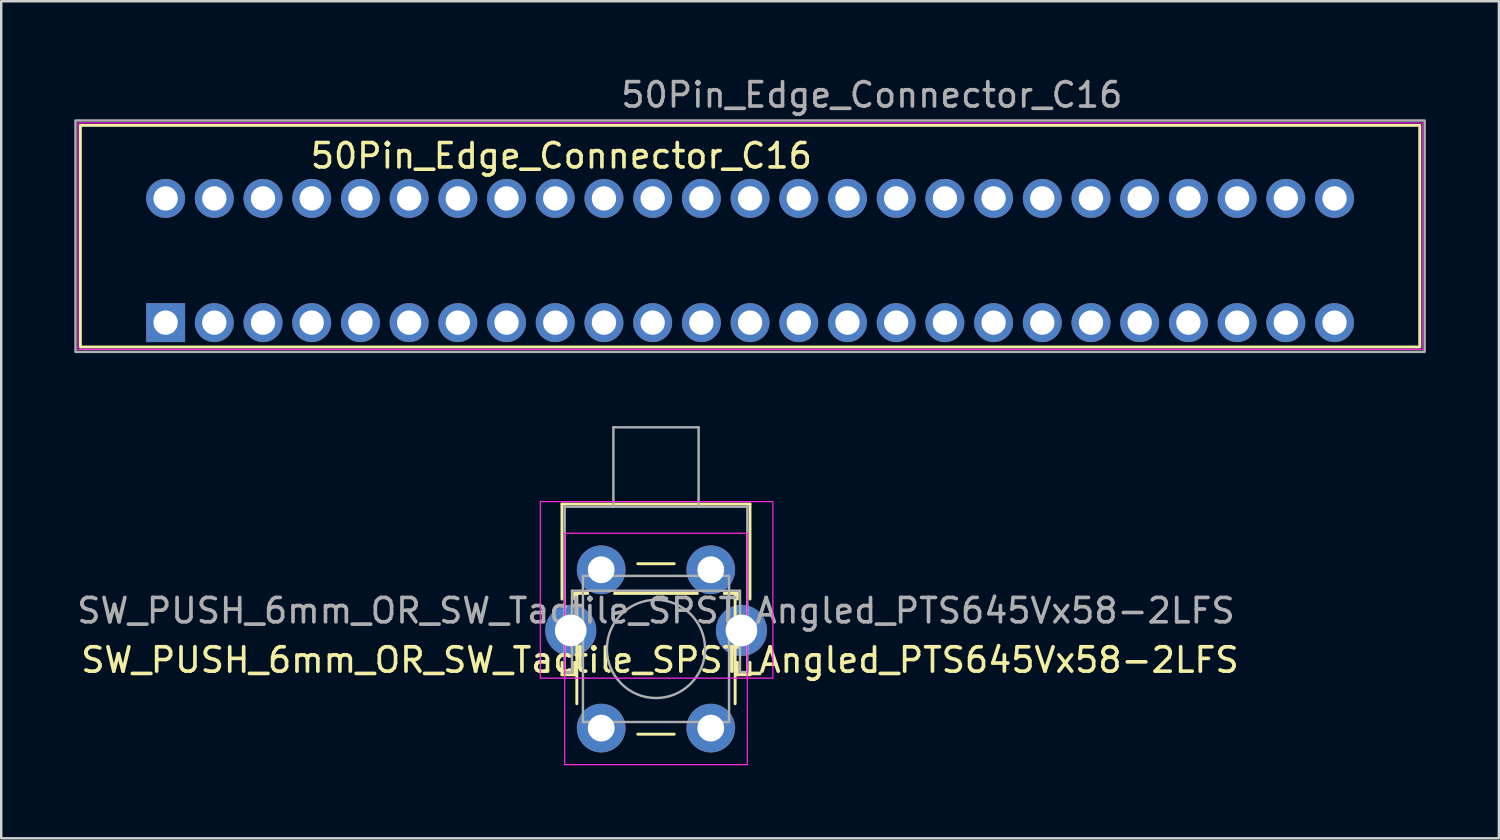
<source format=kicad_pcb>
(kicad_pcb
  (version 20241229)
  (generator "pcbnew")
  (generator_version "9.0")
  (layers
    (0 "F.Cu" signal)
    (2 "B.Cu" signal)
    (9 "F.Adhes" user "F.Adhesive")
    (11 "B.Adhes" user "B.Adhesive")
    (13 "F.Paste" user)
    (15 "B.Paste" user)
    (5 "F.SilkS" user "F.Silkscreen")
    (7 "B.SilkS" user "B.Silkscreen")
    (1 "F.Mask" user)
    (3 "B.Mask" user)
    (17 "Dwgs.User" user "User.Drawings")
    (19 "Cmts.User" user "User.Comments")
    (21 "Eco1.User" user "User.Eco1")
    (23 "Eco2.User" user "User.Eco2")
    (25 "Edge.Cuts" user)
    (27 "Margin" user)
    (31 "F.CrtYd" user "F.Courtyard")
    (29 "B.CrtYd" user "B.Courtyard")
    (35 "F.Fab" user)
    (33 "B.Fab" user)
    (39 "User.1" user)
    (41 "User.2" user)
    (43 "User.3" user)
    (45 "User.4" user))
  (footprint "SW_PUSH_6mm_OR_SW_Tactile_SPST_Angled_PTS645Vx58-2LFS"
    (layer "F.Cu")
    (at 19.859 22.022)
    (property "Reference" "SW_PUSH_6mm_OR_SW_Tactile_SPST_Angled_PTS645Vx58-2LFS" (at 4.191 2.032 180) (layer "F.SilkS") (effects (font (size 1 1) (thickness 0.15))))
    (attr through_hole)
    (fp_line (start 0.168 -4.374) (end 0.168 -0.474) (stroke (width 0.12) (type solid)) (layer "F.SilkS"))
    (fp_line (start 0.168 -4.374) (end 7.888 -4.374) (stroke (width 0.12) (type solid)) (layer "F.SilkS"))
    (fp_line (start 0.168 2.126) (end 0.168 2.636) (stroke (width 0.12) (type solid)) (layer "F.SilkS"))
    (fp_line (start 0.168 2.636) (end 0.688 2.636) (stroke (width 0.12) (type solid)) (layer "F.SilkS"))
    (fp_line (start 0.688 -0.704) (end 0.688 -0.474) (stroke (width 0.12) (type solid)) (layer "F.SilkS"))
    (fp_line (start 0.688 -0.704) (end 1.228 -0.704) (stroke (width 0.12) (type solid)) (layer "F.SilkS"))
    (fp_line (start 0.688 2.126) (end 0.688 2.636) (stroke (width 0.12) (type solid)) (layer "F.SilkS"))
    (fp_line (start 0.778 -0.674) (end 0.778 3.826) (stroke (width 0.12) (type solid)) (layer "F.SilkS"))
    (fp_line (start 2.328 -0.704) (end 5.728 -0.704) (stroke (width 0.12) (type solid)) (layer "F.SilkS"))
    (fp_line (start 3.278 5.076) (end 4.778 5.076) (stroke (width 0.12) (type solid)) (layer "F.SilkS"))
    (fp_line (start 4.778 -1.924) (end 3.278 -1.924) (stroke (width 0.12) (type solid)) (layer "F.SilkS"))
    (fp_line (start 6.828 -0.704) (end 7.368 -0.704) (stroke (width 0.12) (type solid)) (layer "F.SilkS"))
    (fp_line (start 7.278 3.826) (end 7.278 -0.674) (stroke (width 0.12) (type solid)) (layer "F.SilkS"))
    (fp_line (start 7.368 -0.704) (end 7.368 -0.474) (stroke (width 0.12) (type solid)) (layer "F.SilkS"))
    (fp_line (start 7.368 2.126) (end 7.368 2.636) (stroke (width 0.12) (type solid)) (layer "F.SilkS"))
    (fp_line (start 7.368 2.636) (end 7.888 2.636) (stroke (width 0.12) (type solid)) (layer "F.SilkS"))
    (fp_line (start 7.888 -4.374) (end 7.888 -0.474) (stroke (width 0.12) (type solid)) (layer "F.SilkS"))
    (fp_line (start 7.888 2.126) (end 7.888 2.636) (stroke (width 0.12) (type solid)) (layer "F.SilkS"))
    (fp_line (start 0.278 -3.174) (end 0.528 -3.174) (stroke (width 0.05) (type solid)) (layer "F.CrtYd"))
    (fp_line (start 0.278 -2.924) (end 0.278 -3.174) (stroke (width 0.05) (type solid)) (layer "F.CrtYd"))
    (fp_line (start 0.278 6.076) (end 0.278 -2.924) (stroke (width 0.05) (type solid)) (layer "F.CrtYd"))
    (fp_line (start 0.278 6.326) (end 0.278 6.076) (stroke (width 0.05) (type solid)) (layer "F.CrtYd"))
    (fp_line (start 0.528 -3.174) (end 7.528 -3.174) (stroke (width 0.05) (type solid)) (layer "F.CrtYd"))
    (fp_line (start 0.528 6.326) (end 0.278 6.326) (stroke (width 0.05) (type solid)) (layer "F.CrtYd"))
    (fp_line (start 7.528 6.326) (end 0.528 6.326) (stroke (width 0.05) (type solid)) (layer "F.CrtYd"))
    (fp_line (start 7.528 6.326) (end 7.778 6.326) (stroke (width 0.05) (type solid)) (layer "F.CrtYd"))
    (fp_line (start 7.778 -3.174) (end 7.528 -3.174) (stroke (width 0.05) (type solid)) (layer "F.CrtYd"))
    (fp_line (start 7.778 -2.924) (end 7.778 -3.174) (stroke (width 0.05) (type solid)) (layer "F.CrtYd"))
    (fp_line (start 7.778 -2.924) (end 7.778 6.076) (stroke (width 0.05) (type solid)) (layer "F.CrtYd"))
    (fp_line (start 7.778 6.326) (end 7.778 6.076) (stroke (width 0.05) (type solid)) (layer "F.CrtYd"))
    (fp_rect (start -0.722 -4.474) (end 8.828 2.776) (stroke (width 0.05) (type solid)) (fill no) (layer "F.CrtYd"))
    (fp_line (start 0.278 -4.264) (end 7.778 -4.264) (stroke (width 0.1) (type solid)) (layer "F.Fab"))
    (fp_line (start 0.278 2.526) (end 0.278 -4.264) (stroke (width 0.1) (type solid)) (layer "F.Fab"))
    (fp_line (start 0.278 2.526) (end 0.578 2.526) (stroke (width 0.1) (type solid)) (layer "F.Fab"))
    (fp_line (start 0.578 -0.814) (end 7.478 -0.814) (stroke (width 0.1) (type solid)) (layer "F.Fab"))
    (fp_line (start 0.578 2.526) (end 0.578 -0.814) (stroke (width 0.1) (type solid)) (layer "F.Fab"))
    (fp_line (start 1.028 -1.424) (end 7.028 -1.424) (stroke (width 0.1) (type solid)) (layer "F.Fab"))
    (fp_line (start 1.028 1.576) (end 1.028 -1.424) (stroke (width 0.1) (type solid)) (layer "F.Fab"))
    (fp_line (start 1.028 4.576) (end 1.028 1.576) (stroke (width 0.1) (type solid)) (layer "F.Fab"))
    (fp_line (start 2.278 -7.524) (end 2.278 -4.264) (stroke (width 0.1) (type solid)) (layer "F.Fab"))
    (fp_line (start 2.278 -7.524) (end 5.778 -7.524) (stroke (width 0.1) (type solid)) (layer "F.Fab"))
    (fp_line (start 5.778 -7.524) (end 5.778 -4.264) (stroke (width 0.1) (type solid)) (layer "F.Fab"))
    (fp_line (start 7.028 -1.424) (end 7.028 4.576) (stroke (width 0.1) (type solid)) (layer "F.Fab"))
    (fp_line (start 7.028 4.576) (end 1.028 4.576) (stroke (width 0.1) (type solid)) (layer "F.Fab"))
    (fp_line (start 7.478 2.526) (end 7.478 -0.814) (stroke (width 0.1) (type solid)) (layer "F.Fab"))
    (fp_line (start 7.478 2.526) (end 7.778 2.526) (stroke (width 0.1) (type solid)) (layer "F.Fab"))
    (fp_line (start 7.778 2.526) (end 7.778 -4.264) (stroke (width 0.1) (type solid)) (layer "F.Fab"))
    (fp_circle (center 4.028 1.576) (end 4.278 3.576) (stroke (width 0.1) (type solid)) (fill no) (layer "F.Fab"))
    (fp_text user "${REFERENCE}" (at 4.028 0.006 0) (layer "F.Fab") (effects (font (size 1 1) (thickness 0.15))))
    (pad "" thru_hole circle (at 0.528 0.816) (size 2.1 2.1) (drill 1.3) (layers "*.Cu" "*.Mask"))
    (pad "" thru_hole circle (at 7.538 0.816) (size 2.1 2.1) (drill 1.3) (layers "*.Cu" "*.Mask"))
    (pad "1" thru_hole circle (at 1.778 -1.674 180) (size 2 2) (drill 1.1) (layers "*.Cu" "*.Mask"))
    (pad "1" thru_hole circle (at 1.778 4.826 180) (size 2 2) (drill 1.1) (layers "*.Cu" "*.Mask"))
    (pad "2" thru_hole circle (at 6.278 -1.674 180) (size 2 2) (drill 1.1) (layers "*.Cu" "*.Mask"))
    (pad "2" thru_hole circle (at 6.278 4.826 180) (size 2 2) (drill 1.1) (layers "*.Cu" "*.Mask")))
  (footprint "50Pin_Edge_Connector_C16"
    (layer "F.Cu")
    (at 9.75 5.098)
    (property "Reference" "50Pin_Edge_Connector_C16" (at 10.25 -1.75 0) (layer "F.SilkS") (effects (font (size 1 1) (thickness 0.15))))
    (attr through_hole)
    (fp_rect (start -9.5 -3) (end 45.5 6.1) (stroke (width 0.12) (type solid)) (fill no) (layer "F.SilkS"))
    (fp_rect (start -9.6 -3.1) (end 45.6 6.2) (stroke (width 0.05) (type solid)) (fill no) (layer "F.CrtYd"))
    (fp_rect (start -9.7 -3.2) (end 45.7 6.3) (stroke (width 0.1) (type solid)) (fill no) (layer "F.Fab"))
    (fp_text user "${REFERENCE}" (at 23 -4.25 0) (layer "F.Fab") (effects (font (size 1 1) (thickness 0.15))))
    (pad "1" thru_hole rect (at -6 5.1) (size 1.6 1.6) (drill 1) (layers "*.Cu" "*.Mask"))
    (pad "2" thru_hole circle (at -4 5.1) (size 1.6 1.6) (drill 1) (layers "*.Cu" "*.Mask"))
    (pad "3" thru_hole circle (at -2 5.1) (size 1.6 1.6) (drill 1) (layers "*.Cu" "*.Mask"))
    (pad "4" thru_hole circle (at 0 5.1) (size 1.6 1.6) (drill 1) (layers "*.Cu" "*.Mask"))
    (pad "5" thru_hole circle (at 2 5.1) (size 1.6 1.6) (drill 1) (layers "*.Cu" "*.Mask"))
    (pad "6" thru_hole circle (at 4 5.1) (size 1.6 1.6) (drill 1) (layers "*.Cu" "*.Mask"))
    (pad "7" thru_hole circle (at 6 5.1) (size 1.6 1.6) (drill 1) (layers "*.Cu" "*.Mask"))
    (pad "8" thru_hole circle (at 8 5.1) (size 1.6 1.6) (drill 1) (layers "*.Cu" "*.Mask"))
    (pad "9" thru_hole circle (at 10 5.1) (size 1.6 1.6) (drill 1) (layers "*.Cu" "*.Mask"))
    (pad "10" thru_hole circle (at 12 5.1) (size 1.6 1.6) (drill 1) (layers "*.Cu" "*.Mask"))
    (pad "11" thru_hole circle (at 14 5.1) (size 1.6 1.6) (drill 1) (layers "*.Cu" "*.Mask"))
    (pad "12" thru_hole circle (at 16 5.1) (size 1.6 1.6) (drill 1) (layers "*.Cu" "*.Mask"))
    (pad "13" thru_hole circle (at 18 5.1) (size 1.6 1.6) (drill 1) (layers "*.Cu" "*.Mask"))
    (pad "14" thru_hole circle (at 20 5.1) (size 1.6 1.6) (drill 1) (layers "*.Cu" "*.Mask"))
    (pad "15" thru_hole circle (at 22 5.1) (size 1.6 1.6) (drill 1) (layers "*.Cu" "*.Mask"))
    (pad "16" thru_hole circle (at 24 5.1) (size 1.6 1.6) (drill 1) (layers "*.Cu" "*.Mask"))
    (pad "17" thru_hole circle (at 26 5.1) (size 1.6 1.6) (drill 1) (layers "*.Cu" "*.Mask"))
    (pad "18" thru_hole circle (at 28 5.1) (size 1.6 1.6) (drill 1) (layers "*.Cu" "*.Mask"))
    (pad "19" thru_hole circle (at 30 5.1) (size 1.6 1.6) (drill 1) (layers "*.Cu" "*.Mask"))
    (pad "20" thru_hole circle (at 32 5.1) (size 1.6 1.6) (drill 1) (layers "*.Cu" "*.Mask"))
    (pad "21" thru_hole circle (at 34 5.1) (size 1.6 1.6) (drill 1) (layers "*.Cu" "*.Mask"))
    (pad "22" thru_hole circle (at 36 5.1) (size 1.6 1.6) (drill 1) (layers "*.Cu" "*.Mask"))
    (pad "23" thru_hole circle (at 38 5.1) (size 1.6 1.6) (drill 1) (layers "*.Cu" "*.Mask"))
    (pad "24" thru_hole circle (at 40 5.1) (size 1.6 1.6) (drill 1) (layers "*.Cu" "*.Mask"))
    (pad "25" thru_hole circle (at 42 5.1) (size 1.6 1.6) (drill 1) (layers "*.Cu" "*.Mask"))
    (pad "A" thru_hole circle (at -6 0) (size 1.6 1.6) (drill 1) (layers "*.Cu" "*.Mask"))
    (pad "AA" thru_hole circle (at 38 0) (size 1.6 1.6) (drill 1) (layers "*.Cu" "*.Mask"))
    (pad "B" thru_hole circle (at -4 0) (size 1.6 1.6) (drill 1) (layers "*.Cu" "*.Mask"))
    (pad "BB" thru_hole circle (at 40 0) (size 1.6 1.6) (drill 1) (layers "*.Cu" "*.Mask"))
    (pad "C" thru_hole circle (at -2 0) (size 1.6 1.6) (drill 1) (layers "*.Cu" "*.Mask"))
    (pad "CC" thru_hole circle (at 42 0) (size 1.6 1.6) (drill 1) (layers "*.Cu" "*.Mask"))
    (pad "D" thru_hole circle (at 0 0) (size 1.6 1.6) (drill 1) (layers "*.Cu" "*.Mask"))
    (pad "E" thru_hole circle (at 2 0) (size 1.6 1.6) (drill 1) (layers "*.Cu" "*.Mask"))
    (pad "F" thru_hole circle (at 4 0) (size 1.6 1.6) (drill 1) (layers "*.Cu" "*.Mask"))
    (pad "H" thru_hole circle (at 6 0) (size 1.6 1.6) (drill 1) (layers "*.Cu" "*.Mask"))
    (pad "J" thru_hole circle (at 8 0) (size 1.6 1.6) (drill 1) (layers "*.Cu" "*.Mask"))
    (pad "K" thru_hole circle (at 10 0) (size 1.6 1.6) (drill 1) (layers "*.Cu" "*.Mask"))
    (pad "L" thru_hole circle (at 12 0) (size 1.6 1.6) (drill 1) (layers "*.Cu" "*.Mask"))
    (pad "M" thru_hole circle (at 14 0) (size 1.6 1.6) (drill 1) (layers "*.Cu" "*.Mask"))
    (pad "N" thru_hole circle (at 16 0) (size 1.6 1.6) (drill 1) (layers "*.Cu" "*.Mask"))
    (pad "P" thru_hole circle (at 18 0) (size 1.6 1.6) (drill 1) (layers "*.Cu" "*.Mask"))
    (pad "R" thru_hole circle (at 20 0) (size 1.6 1.6) (drill 1) (layers "*.Cu" "*.Mask"))
    (pad "S" thru_hole circle (at 22 0) (size 1.6 1.6) (drill 1) (layers "*.Cu" "*.Mask"))
    (pad "T" thru_hole circle (at 24 0) (size 1.6 1.6) (drill 1) (layers "*.Cu" "*.Mask"))
    (pad "U" thru_hole circle (at 26 0) (size 1.6 1.6) (drill 1) (layers "*.Cu" "*.Mask"))
    (pad "V" thru_hole circle (at 28 0) (size 1.6 1.6) (drill 1) (layers "*.Cu" "*.Mask"))
    (pad "W" thru_hole circle (at 30 0) (size 1.6 1.6) (drill 1) (layers "*.Cu" "*.Mask"))
    (pad "X" thru_hole circle (at 32 0) (size 1.6 1.6) (drill 1) (layers "*.Cu" "*.Mask"))
    (pad "Y" thru_hole circle (at 34 0) (size 1.6 1.6) (drill 1) (layers "*.Cu" "*.Mask"))
    (pad "Z" thru_hole circle (at 36 0) (size 1.6 1.6) (drill 1) (layers "*.Cu" "*.Mask")))
  (gr_rect
    (start -3 -3)
    (end 58.5 31.373)
    (stroke (width 0.1) (type default))
    (fill no)
    (layer "Edge.Cuts")))
</source>
